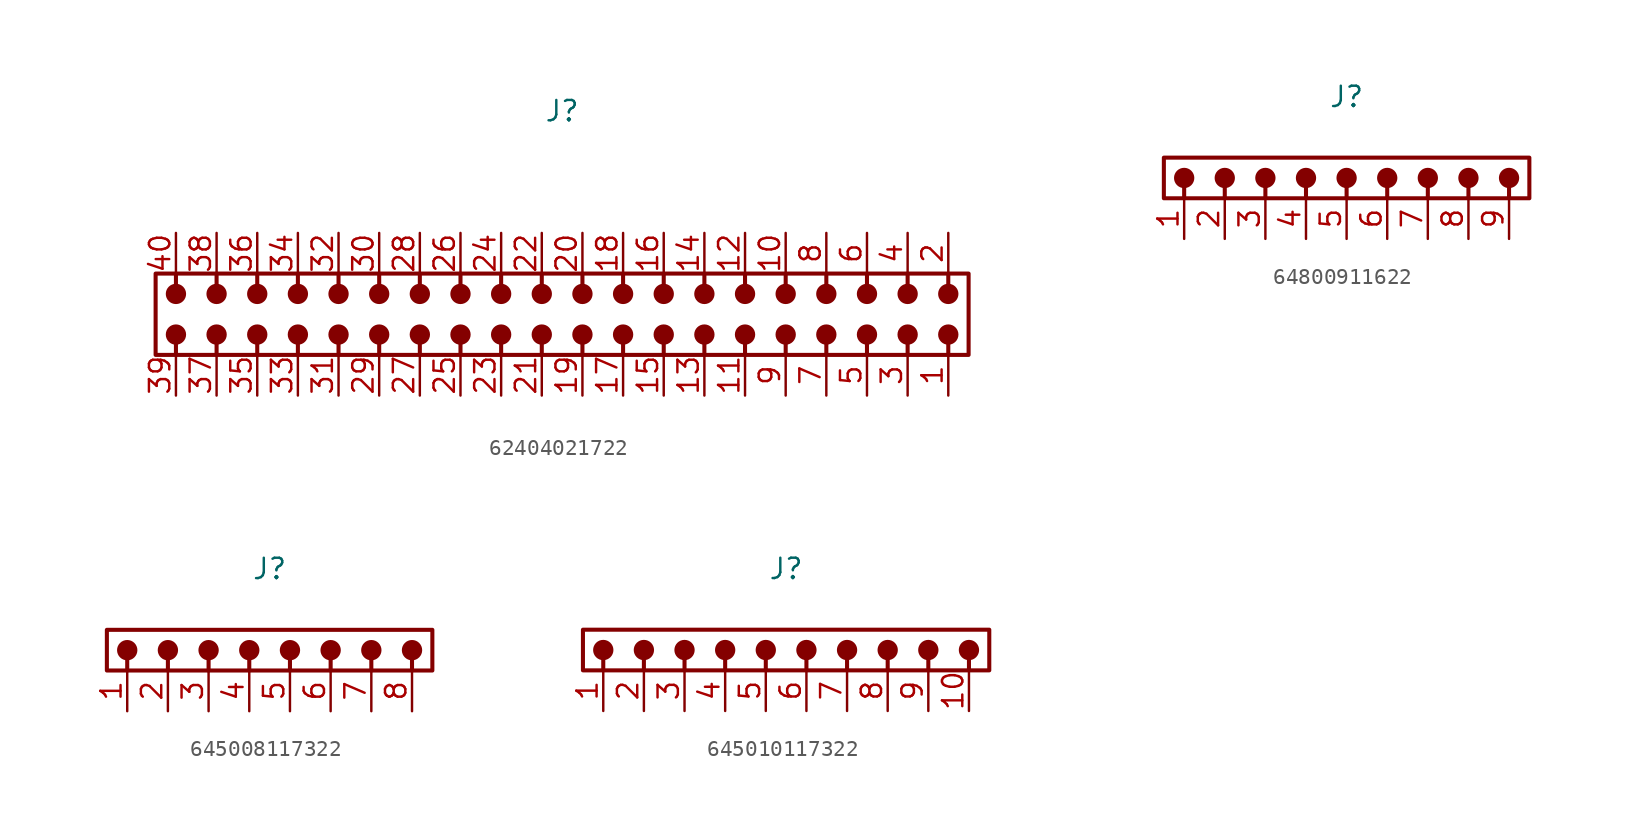
<source format=kicad_sym>
(kicad_symbol_lib
  (version 20241209)
  (generator "kicad_symbol_editor")
  (generator_version "9.0")
  (symbol "62404021722"
    (pin_names
      (hide yes))
    (property "Reference" "J"
      (at 0 12.7 0)
      (effects (font (size 1.27 1.27))))
    (symbol "62404021722_1_1"
      (rectangle (start -25.4 2.54) (end 25.4 -2.54) (stroke (width 0.254) (type solid)) (fill (type none)))
      (polyline (pts (xy -24.13 1.778) (xy -24.13 2.54)) (stroke (width 0.254) (type solid)) (fill (type none)))
      (circle (center -24.13 1.27) (radius 0.508) (stroke (width 0.254) (type solid)) (fill (type outline)))
      (circle (center -24.13 -1.27) (radius 0.508) (stroke (width 0.254) (type solid)) (fill (type outline)))
      (polyline (pts (xy -24.13 -1.778) (xy -24.13 -2.54)) (stroke (width 0.254) (type solid)) (fill (type none)))
      (polyline (pts (xy -21.59 1.778) (xy -21.59 2.54)) (stroke (width 0.254) (type solid)) (fill (type none)))
      (circle (center -21.59 1.27) (radius 0.508) (stroke (width 0.254) (type solid)) (fill (type outline)))
      (circle (center -21.59 -1.27) (radius 0.508) (stroke (width 0.254) (type solid)) (fill (type outline)))
      (polyline (pts (xy -21.59 -1.778) (xy -21.59 -2.54)) (stroke (width 0.254) (type solid)) (fill (type none)))
      (polyline (pts (xy -19.05 1.778) (xy -19.05 2.54)) (stroke (width 0.254) (type solid)) (fill (type none)))
      (circle (center -19.05 1.27) (radius 0.508) (stroke (width 0.254) (type solid)) (fill (type outline)))
      (circle (center -19.05 -1.27) (radius 0.508) (stroke (width 0.254) (type solid)) (fill (type outline)))
      (polyline (pts (xy -19.05 -1.778) (xy -19.05 -2.54)) (stroke (width 0.254) (type solid)) (fill (type none)))
      (polyline (pts (xy -16.51 1.778) (xy -16.51 2.54)) (stroke (width 0.254) (type solid)) (fill (type none)))
      (circle (center -16.51 1.27) (radius 0.508) (stroke (width 0.254) (type solid)) (fill (type outline)))
      (circle (center -16.51 -1.27) (radius 0.508) (stroke (width 0.254) (type solid)) (fill (type outline)))
      (polyline (pts (xy -16.51 -1.778) (xy -16.51 -2.54)) (stroke (width 0.254) (type solid)) (fill (type none)))
      (polyline (pts (xy -13.97 1.778) (xy -13.97 2.54)) (stroke (width 0.254) (type solid)) (fill (type none)))
      (circle (center -13.97 1.27) (radius 0.508) (stroke (width 0.254) (type solid)) (fill (type outline)))
      (circle (center -13.97 -1.27) (radius 0.508) (stroke (width 0.254) (type solid)) (fill (type outline)))
      (polyline (pts (xy -13.97 -1.778) (xy -13.97 -2.54)) (stroke (width 0.254) (type solid)) (fill (type none)))
      (polyline (pts (xy -11.43 1.778) (xy -11.43 2.54)) (stroke (width 0.254) (type solid)) (fill (type none)))
      (circle (center -11.43 1.27) (radius 0.508) (stroke (width 0.254) (type solid)) (fill (type outline)))
      (circle (center -11.43 -1.27) (radius 0.508) (stroke (width 0.254) (type solid)) (fill (type outline)))
      (polyline (pts (xy -11.43 -1.778) (xy -11.43 -2.54)) (stroke (width 0.254) (type solid)) (fill (type none)))
      (polyline (pts (xy -8.89 1.778) (xy -8.89 2.54)) (stroke (width 0.254) (type solid)) (fill (type none)))
      (circle (center -8.89 1.27) (radius 0.508) (stroke (width 0.254) (type solid)) (fill (type outline)))
      (circle (center -8.89 -1.27) (radius 0.508) (stroke (width 0.254) (type solid)) (fill (type outline)))
      (polyline (pts (xy -8.89 -1.778) (xy -8.89 -2.54)) (stroke (width 0.254) (type solid)) (fill (type none)))
      (polyline (pts (xy -6.35 1.778) (xy -6.35 2.54)) (stroke (width 0.254) (type solid)) (fill (type none)))
      (circle (center -6.35 1.27) (radius 0.508) (stroke (width 0.254) (type solid)) (fill (type outline)))
      (circle (center -6.35 -1.27) (radius 0.508) (stroke (width 0.254) (type solid)) (fill (type outline)))
      (polyline (pts (xy -6.35 -1.778) (xy -6.35 -2.54)) (stroke (width 0.254) (type solid)) (fill (type none)))
      (polyline (pts (xy -3.81 1.778) (xy -3.81 2.54)) (stroke (width 0.254) (type solid)) (fill (type none)))
      (circle (center -3.81 1.27) (radius 0.508) (stroke (width 0.254) (type solid)) (fill (type outline)))
      (circle (center -3.81 -1.27) (radius 0.508) (stroke (width 0.254) (type solid)) (fill (type outline)))
      (polyline (pts (xy -3.81 -1.778) (xy -3.81 -2.54)) (stroke (width 0.254) (type solid)) (fill (type none)))
      (polyline (pts (xy -1.27 1.778) (xy -1.27 2.54)) (stroke (width 0.254) (type solid)) (fill (type none)))
      (circle (center -1.27 1.27) (radius 0.508) (stroke (width 0.254) (type solid)) (fill (type outline)))
      (circle (center -1.27 -1.27) (radius 0.508) (stroke (width 0.254) (type solid)) (fill (type outline)))
      (polyline (pts (xy -1.27 -1.778) (xy -1.27 -2.54)) (stroke (width 0.254) (type solid)) (fill (type none)))
      (polyline (pts (xy 1.27 1.778) (xy 1.27 2.54)) (stroke (width 0.254) (type solid)) (fill (type none)))
      (circle (center 1.27 1.27) (radius 0.508) (stroke (width 0.254) (type solid)) (fill (type outline)))
      (circle (center 1.27 -1.27) (radius 0.508) (stroke (width 0.254) (type solid)) (fill (type outline)))
      (polyline (pts (xy 1.27 -1.778) (xy 1.27 -2.54)) (stroke (width 0.254) (type solid)) (fill (type none)))
      (polyline (pts (xy 3.81 1.778) (xy 3.81 2.54)) (stroke (width 0.254) (type solid)) (fill (type none)))
      (circle (center 3.81 1.27) (radius 0.508) (stroke (width 0.254) (type solid)) (fill (type outline)))
      (circle (center 3.81 -1.27) (radius 0.508) (stroke (width 0.254) (type solid)) (fill (type outline)))
      (polyline (pts (xy 3.81 -1.778) (xy 3.81 -2.54)) (stroke (width 0.254) (type solid)) (fill (type none)))
      (polyline (pts (xy 6.35 1.778) (xy 6.35 2.54)) (stroke (width 0.254) (type solid)) (fill (type none)))
      (circle (center 6.35 1.27) (radius 0.508) (stroke (width 0.254) (type solid)) (fill (type outline)))
      (circle (center 6.35 -1.27) (radius 0.508) (stroke (width 0.254) (type solid)) (fill (type outline)))
      (polyline (pts (xy 6.35 -1.778) (xy 6.35 -2.54)) (stroke (width 0.254) (type solid)) (fill (type none)))
      (polyline (pts (xy 8.89 1.778) (xy 8.89 2.54)) (stroke (width 0.254) (type solid)) (fill (type none)))
      (circle (center 8.89 1.27) (radius 0.508) (stroke (width 0.254) (type solid)) (fill (type outline)))
      (circle (center 8.89 -1.27) (radius 0.508) (stroke (width 0.254) (type solid)) (fill (type outline)))
      (polyline (pts (xy 8.89 -1.778) (xy 8.89 -2.54)) (stroke (width 0.254) (type solid)) (fill (type none)))
      (polyline (pts (xy 11.43 1.778) (xy 11.43 2.54)) (stroke (width 0.254) (type solid)) (fill (type none)))
      (circle (center 11.43 1.27) (radius 0.508) (stroke (width 0.254) (type solid)) (fill (type outline)))
      (circle (center 11.43 -1.27) (radius 0.508) (stroke (width 0.254) (type solid)) (fill (type outline)))
      (polyline (pts (xy 11.43 -1.778) (xy 11.43 -2.54)) (stroke (width 0.254) (type solid)) (fill (type none)))
      (polyline (pts (xy 13.97 1.778) (xy 13.97 2.54)) (stroke (width 0.254) (type solid)) (fill (type none)))
      (circle (center 13.97 1.27) (radius 0.508) (stroke (width 0.254) (type solid)) (fill (type outline)))
      (circle (center 13.97 -1.27) (radius 0.508) (stroke (width 0.254) (type solid)) (fill (type outline)))
      (polyline (pts (xy 13.97 -1.778) (xy 13.97 -2.54)) (stroke (width 0.254) (type solid)) (fill (type none)))
      (polyline (pts (xy 16.51 1.778) (xy 16.51 2.54)) (stroke (width 0.254) (type solid)) (fill (type none)))
      (circle (center 16.51 1.27) (radius 0.508) (stroke (width 0.254) (type solid)) (fill (type outline)))
      (circle (center 16.51 -1.27) (radius 0.508) (stroke (width 0.254) (type solid)) (fill (type outline)))
      (polyline (pts (xy 16.51 -1.778) (xy 16.51 -2.54)) (stroke (width 0.254) (type solid)) (fill (type none)))
      (polyline (pts (xy 19.05 1.778) (xy 19.05 2.54)) (stroke (width 0.254) (type solid)) (fill (type none)))
      (circle (center 19.05 1.27) (radius 0.508) (stroke (width 0.254) (type solid)) (fill (type outline)))
      (circle (center 19.05 -1.27) (radius 0.508) (stroke (width 0.254) (type solid)) (fill (type outline)))
      (polyline (pts (xy 19.05 -1.778) (xy 19.05 -2.54)) (stroke (width 0.254) (type solid)) (fill (type none)))
      (polyline (pts (xy 21.59 1.778) (xy 21.59 2.54)) (stroke (width 0.254) (type solid)) (fill (type none)))
      (circle (center 21.59 1.27) (radius 0.508) (stroke (width 0.254) (type solid)) (fill (type outline)))
      (circle (center 21.59 -1.27) (radius 0.508) (stroke (width 0.254) (type solid)) (fill (type outline)))
      (polyline (pts (xy 21.59 -1.778) (xy 21.59 -2.54)) (stroke (width 0.254) (type solid)) (fill (type none)))
      (polyline (pts (xy 24.13 1.778) (xy 24.13 2.54)) (stroke (width 0.254) (type solid)) (fill (type none)))
      (circle (center 24.13 1.27) (radius 0.508) (stroke (width 0.254) (type solid)) (fill (type outline)))
      (circle (center 24.13 -1.27) (radius 0.508) (stroke (width 0.254) (type solid)) (fill (type outline)))
      (polyline (pts (xy 24.13 -1.778) (xy 24.13 -2.54)) (stroke (width 0.254) (type solid)) (fill (type none)))
      (pin passive line (at -24.13 5.08 270) (length 2.54) (name "40" (effects (font (size 1.27 1.27)))) (number "40" (effects (font (size 1.27 1.27)))))
      (pin passive line (at -24.13 -5.08 90) (length 2.54) (name "39" (effects (font (size 1.27 1.27)))) (number "39" (effects (font (size 1.27 1.27)))))
      (pin passive line (at -21.59 5.08 270) (length 2.54) (name "38" (effects (font (size 1.27 1.27)))) (number "38" (effects (font (size 1.27 1.27)))))
      (pin passive line (at -21.59 -5.08 90) (length 2.54) (name "37" (effects (font (size 1.27 1.27)))) (number "37" (effects (font (size 1.27 1.27)))))
      (pin passive line (at -19.05 5.08 270) (length 2.54) (name "36" (effects (font (size 1.27 1.27)))) (number "36" (effects (font (size 1.27 1.27)))))
      (pin passive line (at -19.05 -5.08 90) (length 2.54) (name "35" (effects (font (size 1.27 1.27)))) (number "35" (effects (font (size 1.27 1.27)))))
      (pin passive line (at -16.51 5.08 270) (length 2.54) (name "34" (effects (font (size 1.27 1.27)))) (number "34" (effects (font (size 1.27 1.27)))))
      (pin passive line (at -16.51 -5.08 90) (length 2.54) (name "33" (effects (font (size 1.27 1.27)))) (number "33" (effects (font (size 1.27 1.27)))))
      (pin passive line (at -13.97 5.08 270) (length 2.54) (name "32" (effects (font (size 1.27 1.27)))) (number "32" (effects (font (size 1.27 1.27)))))
      (pin passive line (at -13.97 -5.08 90) (length 2.54) (name "31" (effects (font (size 1.27 1.27)))) (number "31" (effects (font (size 1.27 1.27)))))
      (pin passive line (at -11.43 5.08 270) (length 2.54) (name "30" (effects (font (size 1.27 1.27)))) (number "30" (effects (font (size 1.27 1.27)))))
      (pin passive line (at -11.43 -5.08 90) (length 2.54) (name "29" (effects (font (size 1.27 1.27)))) (number "29" (effects (font (size 1.27 1.27)))))
      (pin passive line (at -8.89 5.08 270) (length 2.54) (name "28" (effects (font (size 1.27 1.27)))) (number "28" (effects (font (size 1.27 1.27)))))
      (pin passive line (at -8.89 -5.08 90) (length 2.54) (name "27" (effects (font (size 1.27 1.27)))) (number "27" (effects (font (size 1.27 1.27)))))
      (pin passive line (at -6.35 5.08 270) (length 2.54) (name "26" (effects (font (size 1.27 1.27)))) (number "26" (effects (font (size 1.27 1.27)))))
      (pin passive line (at -6.35 -5.08 90) (length 2.54) (name "25" (effects (font (size 1.27 1.27)))) (number "25" (effects (font (size 1.27 1.27)))))
      (pin passive line (at -3.81 5.08 270) (length 2.54) (name "24" (effects (font (size 1.27 1.27)))) (number "24" (effects (font (size 1.27 1.27)))))
      (pin passive line (at -3.81 -5.08 90) (length 2.54) (name "23" (effects (font (size 1.27 1.27)))) (number "23" (effects (font (size 1.27 1.27)))))
      (pin passive line (at -1.27 5.08 270) (length 2.54) (name "22" (effects (font (size 1.27 1.27)))) (number "22" (effects (font (size 1.27 1.27)))))
      (pin passive line (at -1.27 -5.08 90) (length 2.54) (name "21" (effects (font (size 1.27 1.27)))) (number "21" (effects (font (size 1.27 1.27)))))
      (pin passive line (at 1.27 5.08 270) (length 2.54) (name "20" (effects (font (size 1.27 1.27)))) (number "20" (effects (font (size 1.27 1.27)))))
      (pin passive line (at 1.27 -5.08 90) (length 2.54) (name "19" (effects (font (size 1.27 1.27)))) (number "19" (effects (font (size 1.27 1.27)))))
      (pin passive line (at 3.81 5.08 270) (length 2.54) (name "18" (effects (font (size 1.27 1.27)))) (number "18" (effects (font (size 1.27 1.27)))))
      (pin passive line (at 3.81 -5.08 90) (length 2.54) (name "17" (effects (font (size 1.27 1.27)))) (number "17" (effects (font (size 1.27 1.27)))))
      (pin passive line (at 6.35 5.08 270) (length 2.54) (name "16" (effects (font (size 1.27 1.27)))) (number "16" (effects (font (size 1.27 1.27)))))
      (pin passive line (at 6.35 -5.08 90) (length 2.54) (name "15" (effects (font (size 1.27 1.27)))) (number "15" (effects (font (size 1.27 1.27)))))
      (pin passive line (at 8.89 5.08 270) (length 2.54) (name "14" (effects (font (size 1.27 1.27)))) (number "14" (effects (font (size 1.27 1.27)))))
      (pin passive line (at 8.89 -5.08 90) (length 2.54) (name "13" (effects (font (size 1.27 1.27)))) (number "13" (effects (font (size 1.27 1.27)))))
      (pin passive line (at 11.43 5.08 270) (length 2.54) (name "12" (effects (font (size 1.27 1.27)))) (number "12" (effects (font (size 1.27 1.27)))))
      (pin passive line (at 11.43 -5.08 90) (length 2.54) (name "11" (effects (font (size 1.27 1.27)))) (number "11" (effects (font (size 1.27 1.27)))))
      (pin passive line (at 13.97 5.08 270) (length 2.54) (name "10" (effects (font (size 1.27 1.27)))) (number "10" (effects (font (size 1.27 1.27)))))
      (pin passive line (at 13.97 -5.08 90) (length 2.54) (name "9" (effects (font (size 1.27 1.27)))) (number "9" (effects (font (size 1.27 1.27)))))
      (pin passive line (at 16.51 5.08 270) (length 2.54) (name "8" (effects (font (size 1.27 1.27)))) (number "8" (effects (font (size 1.27 1.27)))))
      (pin passive line (at 16.51 -5.08 90) (length 2.54) (name "7" (effects (font (size 1.27 1.27)))) (number "7" (effects (font (size 1.27 1.27)))))
      (pin passive line (at 19.05 5.08 270) (length 2.54) (name "6" (effects (font (size 1.27 1.27)))) (number "6" (effects (font (size 1.27 1.27)))))
      (pin passive line (at 19.05 -5.08 90) (length 2.54) (name "5" (effects (font (size 1.27 1.27)))) (number "5" (effects (font (size 1.27 1.27)))))
      (pin passive line (at 21.59 5.08 270) (length 2.54) (name "4" (effects (font (size 1.27 1.27)))) (number "4" (effects (font (size 1.27 1.27)))))
      (pin passive line (at 21.59 -5.08 90) (length 2.54) (name "3" (effects (font (size 1.27 1.27)))) (number "3" (effects (font (size 1.27 1.27)))))
      (pin passive line (at 24.13 5.08 270) (length 2.54) (name "2" (effects (font (size 1.27 1.27)))) (number "2" (effects (font (size 1.27 1.27)))))
      (pin passive line (at 24.13 -5.08 90) (length 2.54) (name "1" (effects (font (size 1.27 1.27)))) (number "1" (effects (font (size 1.27 1.27)))))))
  (symbol "64800911622"
    (pin_names
      (hide yes))
    (property "Reference" "J"
      (at 0 5.08 0)
      (effects (font (size 1.27 1.27))))
    (symbol "64800911622_1_1"
      (rectangle (start -11.43 1.27) (end 11.43 -1.27) (stroke (width 0.254) (type solid)) (fill (type none)))
      (circle (center -10.16 0) (radius 0.508) (stroke (width 0.254) (type solid)) (fill (type outline)))
      (polyline (pts (xy -10.16 -0.508) (xy -10.16 -1.27)) (stroke (width 0.254) (type solid)) (fill (type none)))
      (circle (center -7.62 0) (radius 0.508) (stroke (width 0.254) (type solid)) (fill (type outline)))
      (polyline (pts (xy -7.62 -0.508) (xy -7.62 -1.27)) (stroke (width 0.254) (type solid)) (fill (type none)))
      (circle (center -5.08 0) (radius 0.508) (stroke (width 0.254) (type solid)) (fill (type outline)))
      (polyline (pts (xy -5.08 -0.508) (xy -5.08 -1.27)) (stroke (width 0.254) (type solid)) (fill (type none)))
      (circle (center -2.54 0) (radius 0.508) (stroke (width 0.254) (type solid)) (fill (type outline)))
      (polyline (pts (xy -2.54 -0.508) (xy -2.54 -1.27)) (stroke (width 0.254) (type solid)) (fill (type none)))
      (circle (center 0 0) (radius 0.508) (stroke (width 0.254) (type solid)) (fill (type outline)))
      (polyline (pts (xy 0 -0.508) (xy 0 -1.27)) (stroke (width 0.254) (type solid)) (fill (type none)))
      (circle (center 2.54 0) (radius 0.508) (stroke (width 0.254) (type solid)) (fill (type outline)))
      (polyline (pts (xy 2.54 -0.508) (xy 2.54 -1.27)) (stroke (width 0.254) (type solid)) (fill (type none)))
      (circle (center 5.08 0) (radius 0.508) (stroke (width 0.254) (type solid)) (fill (type outline)))
      (polyline (pts (xy 5.08 -0.508) (xy 5.08 -1.27)) (stroke (width 0.254) (type solid)) (fill (type none)))
      (circle (center 7.62 0) (radius 0.508) (stroke (width 0.254) (type solid)) (fill (type outline)))
      (polyline (pts (xy 7.62 -0.508) (xy 7.62 -1.27)) (stroke (width 0.254) (type solid)) (fill (type none)))
      (circle (center 10.16 0) (radius 0.508) (stroke (width 0.254) (type solid)) (fill (type outline)))
      (polyline (pts (xy 10.16 -0.508) (xy 10.16 -1.27)) (stroke (width 0.254) (type solid)) (fill (type none)))
      (pin passive line (at -10.16 -3.81 90) (length 2.54) (name "1" (effects (font (size 1.27 1.27)))) (number "1" (effects (font (size 1.27 1.27)))))
      (pin passive line (at -7.62 -3.81 90) (length 2.54) (name "2" (effects (font (size 1.27 1.27)))) (number "2" (effects (font (size 1.27 1.27)))))
      (pin passive line (at -5.08 -3.81 90) (length 2.54) (name "3" (effects (font (size 1.27 1.27)))) (number "3" (effects (font (size 1.27 1.27)))))
      (pin passive line (at -2.54 -3.81 90) (length 2.54) (name "4" (effects (font (size 1.27 1.27)))) (number "4" (effects (font (size 1.27 1.27)))))
      (pin passive line (at 0 -3.81 90) (length 2.54) (name "5" (effects (font (size 1.27 1.27)))) (number "5" (effects (font (size 1.27 1.27)))))
      (pin passive line (at 2.54 -3.81 90) (length 2.54) (name "6" (effects (font (size 1.27 1.27)))) (number "6" (effects (font (size 1.27 1.27)))))
      (pin passive line (at 5.08 -3.81 90) (length 2.54) (name "7" (effects (font (size 1.27 1.27)))) (number "7" (effects (font (size 1.27 1.27)))))
      (pin passive line (at 7.62 -3.81 90) (length 2.54) (name "8" (effects (font (size 1.27 1.27)))) (number "8" (effects (font (size 1.27 1.27)))))
      (pin passive line (at 10.16 -3.81 90) (length 2.54) (name "9" (effects (font (size 1.27 1.27)))) (number "9" (effects (font (size 1.27 1.27)))))))
  (symbol "645008117322"
    (pin_names
      (hide yes))
    (property "Reference" "J"
      (at 0 5.08 0)
      (effects (font (size 1.27 1.27))))
    (symbol "645008117322_1_1"
      (circle (center -8.89 0) (radius 0.508) (stroke (width 0.254) (type solid)) (fill (type outline)))
      (polyline (pts (xy -8.89 -0.508) (xy -8.89 -1.27)) (stroke (width 0.254) (type solid)) (fill (type none)))
      (circle (center -6.35 0) (radius 0.508) (stroke (width 0.254) (type solid)) (fill (type outline)))
      (polyline (pts (xy -6.35 -0.508) (xy -6.35 -1.27)) (stroke (width 0.254) (type solid)) (fill (type none)))
      (circle (center -3.81 0) (radius 0.508) (stroke (width 0.254) (type solid)) (fill (type outline)))
      (polyline (pts (xy -3.81 -0.508) (xy -3.81 -1.27)) (stroke (width 0.254) (type solid)) (fill (type none)))
      (circle (center -1.27 0) (radius 0.508) (stroke (width 0.254) (type solid)) (fill (type outline)))
      (polyline (pts (xy -1.27 -0.508) (xy -1.27 -1.27)) (stroke (width 0.254) (type solid)) (fill (type none)))
      (circle (center 1.27 0) (radius 0.508) (stroke (width 0.254) (type solid)) (fill (type outline)))
      (polyline (pts (xy 1.27 -0.508) (xy 1.27 -1.27)) (stroke (width 0.254) (type solid)) (fill (type none)))
      (circle (center 3.81 0) (radius 0.508) (stroke (width 0.254) (type solid)) (fill (type outline)))
      (polyline (pts (xy 3.81 -0.508) (xy 3.81 -1.27)) (stroke (width 0.254) (type solid)) (fill (type none)))
      (circle (center 6.35 0) (radius 0.508) (stroke (width 0.254) (type solid)) (fill (type outline)))
      (polyline (pts (xy 6.35 -0.508) (xy 6.35 -1.27)) (stroke (width 0.254) (type solid)) (fill (type none)))
      (circle (center 8.89 0) (radius 0.508) (stroke (width 0.254) (type solid)) (fill (type outline)))
      (polyline (pts (xy 8.89 -0.508) (xy 8.89 -1.27)) (stroke (width 0.254) (type solid)) (fill (type none)))
      (rectangle (start 10.16 1.27) (end -10.16 -1.27) (stroke (width 0.254) (type solid)) (fill (type none)))
      (pin passive line (at -8.89 -3.81 90) (length 2.54) (name "1" (effects (font (size 1.27 1.27)))) (number "1" (effects (font (size 1.27 1.27)))))
      (pin passive line (at -6.35 -3.81 90) (length 2.54) (name "2" (effects (font (size 1.27 1.27)))) (number "2" (effects (font (size 1.27 1.27)))))
      (pin passive line (at -3.81 -3.81 90) (length 2.54) (name "3" (effects (font (size 1.27 1.27)))) (number "3" (effects (font (size 1.27 1.27)))))
      (pin passive line (at -1.27 -3.81 90) (length 2.54) (name "4" (effects (font (size 1.27 1.27)))) (number "4" (effects (font (size 1.27 1.27)))))
      (pin passive line (at 1.27 -3.81 90) (length 2.54) (name "5" (effects (font (size 1.27 1.27)))) (number "5" (effects (font (size 1.27 1.27)))))
      (pin passive line (at 3.81 -3.81 90) (length 2.54) (name "6" (effects (font (size 1.27 1.27)))) (number "6" (effects (font (size 1.27 1.27)))))
      (pin passive line (at 6.35 -3.81 90) (length 2.54) (name "7" (effects (font (size 1.27 1.27)))) (number "7" (effects (font (size 1.27 1.27)))))
      (pin passive line (at 8.89 -3.81 90) (length 2.54) (name "8" (effects (font (size 1.27 1.27)))) (number "8" (effects (font (size 1.27 1.27)))))))
  (symbol "645010117322"
    (pin_names
      (hide yes))
    (property "Reference" "J"
      (at 0 5.08 0)
      (effects (font (size 1.27 1.27))))
    (symbol "645010117322_1_1"
      (circle (center -11.43 0) (radius 0.508) (stroke (width 0.254) (type solid)) (fill (type outline)))
      (polyline (pts (xy -11.43 -0.508) (xy -11.43 -1.27)) (stroke (width 0.254) (type solid)) (fill (type none)))
      (circle (center -8.89 0) (radius 0.508) (stroke (width 0.254) (type solid)) (fill (type outline)))
      (polyline (pts (xy -8.89 -0.508) (xy -8.89 -1.27)) (stroke (width 0.254) (type solid)) (fill (type none)))
      (circle (center -6.35 0) (radius 0.508) (stroke (width 0.254) (type solid)) (fill (type outline)))
      (polyline (pts (xy -6.35 -0.508) (xy -6.35 -1.27)) (stroke (width 0.254) (type solid)) (fill (type none)))
      (circle (center -3.81 0) (radius 0.508) (stroke (width 0.254) (type solid)) (fill (type outline)))
      (polyline (pts (xy -3.81 -0.508) (xy -3.81 -1.27)) (stroke (width 0.254) (type solid)) (fill (type none)))
      (circle (center -1.27 0) (radius 0.508) (stroke (width 0.254) (type solid)) (fill (type outline)))
      (polyline (pts (xy -1.27 -0.508) (xy -1.27 -1.27)) (stroke (width 0.254) (type solid)) (fill (type none)))
      (circle (center 1.27 0) (radius 0.508) (stroke (width 0.254) (type solid)) (fill (type outline)))
      (polyline (pts (xy 1.27 -0.508) (xy 1.27 -1.27)) (stroke (width 0.254) (type solid)) (fill (type none)))
      (circle (center 3.81 0) (radius 0.508) (stroke (width 0.254) (type solid)) (fill (type outline)))
      (polyline (pts (xy 3.81 -0.508) (xy 3.81 -1.27)) (stroke (width 0.254) (type solid)) (fill (type none)))
      (circle (center 6.35 0) (radius 0.508) (stroke (width 0.254) (type solid)) (fill (type outline)))
      (polyline (pts (xy 6.35 -0.508) (xy 6.35 -1.27)) (stroke (width 0.254) (type solid)) (fill (type none)))
      (circle (center 8.89 0) (radius 0.508) (stroke (width 0.254) (type solid)) (fill (type outline)))
      (polyline (pts (xy 8.89 -0.508) (xy 8.89 -1.27)) (stroke (width 0.254) (type solid)) (fill (type none)))
      (circle (center 11.43 0) (radius 0.508) (stroke (width 0.254) (type solid)) (fill (type outline)))
      (polyline (pts (xy 11.43 -0.508) (xy 11.43 -1.27)) (stroke (width 0.254) (type solid)) (fill (type none)))
      (rectangle (start 12.7 1.27) (end -12.7 -1.27) (stroke (width 0.254) (type solid)) (fill (type none)))
      (pin passive line (at -11.43 -3.81 90) (length 2.54) (name "1" (effects (font (size 1.27 1.27)))) (number "1" (effects (font (size 1.27 1.27)))))
      (pin passive line (at -8.89 -3.81 90) (length 2.54) (name "2" (effects (font (size 1.27 1.27)))) (number "2" (effects (font (size 1.27 1.27)))))
      (pin passive line (at -6.35 -3.81 90) (length 2.54) (name "3" (effects (font (size 1.27 1.27)))) (number "3" (effects (font (size 1.27 1.27)))))
      (pin passive line (at -3.81 -3.81 90) (length 2.54) (name "4" (effects (font (size 1.27 1.27)))) (number "4" (effects (font (size 1.27 1.27)))))
      (pin passive line (at -1.27 -3.81 90) (length 2.54) (name "5" (effects (font (size 1.27 1.27)))) (number "5" (effects (font (size 1.27 1.27)))))
      (pin passive line (at 1.27 -3.81 90) (length 2.54) (name "6" (effects (font (size 1.27 1.27)))) (number "6" (effects (font (size 1.27 1.27)))))
      (pin passive line (at 3.81 -3.81 90) (length 2.54) (name "7" (effects (font (size 1.27 1.27)))) (number "7" (effects (font (size 1.27 1.27)))))
      (pin passive line (at 6.35 -3.81 90) (length 2.54) (name "8" (effects (font (size 1.27 1.27)))) (number "8" (effects (font (size 1.27 1.27)))))
      (pin passive line (at 8.89 -3.81 90) (length 2.54) (name "9" (effects (font (size 1.27 1.27)))) (number "9" (effects (font (size 1.27 1.27)))))
      (pin passive line (at 11.43 -3.81 90) (length 2.54) (name "10" (effects (font (size 1.27 1.27)))) (number "10" (effects (font (size 1.27 1.27))))))))
</source>
